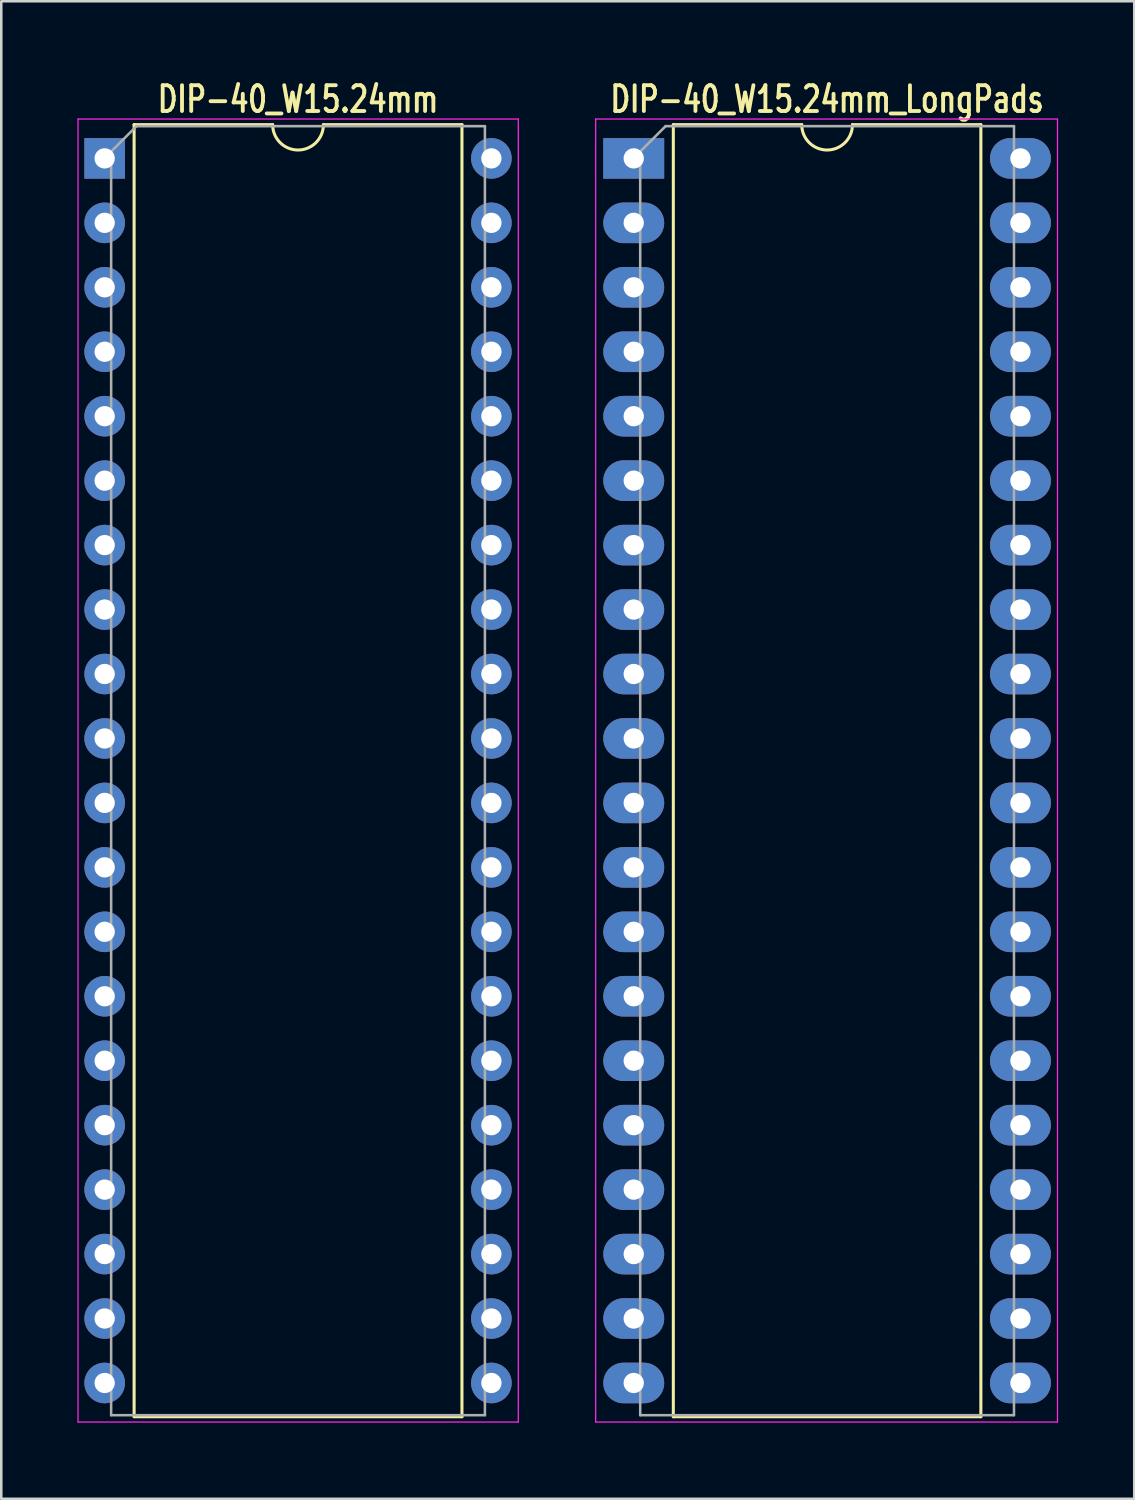
<source format=kicad_pcb>
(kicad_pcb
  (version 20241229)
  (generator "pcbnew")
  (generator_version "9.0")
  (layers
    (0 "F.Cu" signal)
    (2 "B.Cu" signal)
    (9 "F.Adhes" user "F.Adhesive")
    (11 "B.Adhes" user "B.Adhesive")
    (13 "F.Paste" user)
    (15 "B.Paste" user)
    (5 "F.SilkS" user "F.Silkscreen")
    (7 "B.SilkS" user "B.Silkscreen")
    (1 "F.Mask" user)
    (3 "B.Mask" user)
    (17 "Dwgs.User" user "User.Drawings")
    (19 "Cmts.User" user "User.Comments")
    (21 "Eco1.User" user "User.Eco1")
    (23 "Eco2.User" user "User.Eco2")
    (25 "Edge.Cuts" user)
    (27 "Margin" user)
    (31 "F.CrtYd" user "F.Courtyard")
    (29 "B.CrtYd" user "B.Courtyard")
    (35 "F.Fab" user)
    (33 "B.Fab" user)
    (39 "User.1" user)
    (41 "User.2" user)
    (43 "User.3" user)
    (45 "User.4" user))
  (footprint "DIP-40_W15.24mm_LongPads"
    (layer "F.Cu")
    (at 21.925 3.192)
    (property "Reference" "DIP-40_W15.24mm_LongPads" (at 7.62 -2.33 0) (layer "F.SilkS") (effects (font (size 1.016 0.762) (thickness 0.152))))
    (attr through_hole)
    (fp_line (start 1.56 -1.33) (end 1.56 49.59) (stroke (width 0.12) (type solid)) (layer "F.SilkS"))
    (fp_line (start 1.56 49.59) (end 13.68 49.59) (stroke (width 0.12) (type solid)) (layer "F.SilkS"))
    (fp_line (start 6.62 -1.33) (end 1.56 -1.33) (stroke (width 0.12) (type solid)) (layer "F.SilkS"))
    (fp_line (start 13.68 -1.33) (end 8.62 -1.33) (stroke (width 0.12) (type solid)) (layer "F.SilkS"))
    (fp_line (start 13.68 49.59) (end 13.68 -1.33) (stroke (width 0.12) (type solid)) (layer "F.SilkS"))
    (fp_arc (start 8.62 -1.33) (mid 7.62 -0.33) (end 6.62 -1.33) (stroke (width 0.12) (type solid)) (layer "F.SilkS"))
    (fp_line (start -1.5 -1.55) (end -1.5 49.8) (stroke (width 0.05) (type solid)) (layer "F.CrtYd"))
    (fp_line (start -1.5 49.8) (end 16.7 49.8) (stroke (width 0.05) (type solid)) (layer "F.CrtYd"))
    (fp_line (start 16.7 -1.55) (end -1.5 -1.55) (stroke (width 0.05) (type solid)) (layer "F.CrtYd"))
    (fp_line (start 16.7 49.8) (end 16.7 -1.55) (stroke (width 0.05) (type solid)) (layer "F.CrtYd"))
    (fp_line (start 0.255 -0.27) (end 1.255 -1.27) (stroke (width 0.1) (type solid)) (layer "F.Fab"))
    (fp_line (start 0.255 49.53) (end 0.255 -0.27) (stroke (width 0.1) (type solid)) (layer "F.Fab"))
    (fp_line (start 1.255 -1.27) (end 14.985 -1.27) (stroke (width 0.1) (type solid)) (layer "F.Fab"))
    (fp_line (start 14.985 -1.27) (end 14.985 49.53) (stroke (width 0.1) (type solid)) (layer "F.Fab"))
    (fp_line (start 14.985 49.53) (end 0.255 49.53) (stroke (width 0.1) (type solid)) (layer "F.Fab"))
    (pad "1" thru_hole rect (at 0 0) (size 2.4 1.6) (drill 0.8) (layers "*.Cu" "*.Mask"))
    (pad "2" thru_hole oval (at 0 2.54) (size 2.4 1.6) (drill 0.8) (layers "*.Cu" "*.Mask"))
    (pad "3" thru_hole oval (at 0 5.08) (size 2.4 1.6) (drill 0.8) (layers "*.Cu" "*.Mask"))
    (pad "4" thru_hole oval (at 0 7.62) (size 2.4 1.6) (drill 0.8) (layers "*.Cu" "*.Mask"))
    (pad "5" thru_hole oval (at 0 10.16) (size 2.4 1.6) (drill 0.8) (layers "*.Cu" "*.Mask"))
    (pad "6" thru_hole oval (at 0 12.7) (size 2.4 1.6) (drill 0.8) (layers "*.Cu" "*.Mask"))
    (pad "7" thru_hole oval (at 0 15.24) (size 2.4 1.6) (drill 0.8) (layers "*.Cu" "*.Mask"))
    (pad "8" thru_hole oval (at 0 17.78) (size 2.4 1.6) (drill 0.8) (layers "*.Cu" "*.Mask"))
    (pad "9" thru_hole oval (at 0 20.32) (size 2.4 1.6) (drill 0.8) (layers "*.Cu" "*.Mask"))
    (pad "10" thru_hole oval (at 0 22.86) (size 2.4 1.6) (drill 0.8) (layers "*.Cu" "*.Mask"))
    (pad "11" thru_hole oval (at 0 25.4) (size 2.4 1.6) (drill 0.8) (layers "*.Cu" "*.Mask"))
    (pad "12" thru_hole oval (at 0 27.94) (size 2.4 1.6) (drill 0.8) (layers "*.Cu" "*.Mask"))
    (pad "13" thru_hole oval (at 0 30.48) (size 2.4 1.6) (drill 0.8) (layers "*.Cu" "*.Mask"))
    (pad "14" thru_hole oval (at 0 33.02) (size 2.4 1.6) (drill 0.8) (layers "*.Cu" "*.Mask"))
    (pad "15" thru_hole oval (at 0 35.56) (size 2.4 1.6) (drill 0.8) (layers "*.Cu" "*.Mask"))
    (pad "16" thru_hole oval (at 0 38.1) (size 2.4 1.6) (drill 0.8) (layers "*.Cu" "*.Mask"))
    (pad "17" thru_hole oval (at 0 40.64) (size 2.4 1.6) (drill 0.8) (layers "*.Cu" "*.Mask"))
    (pad "18" thru_hole oval (at 0 43.18) (size 2.4 1.6) (drill 0.8) (layers "*.Cu" "*.Mask"))
    (pad "19" thru_hole oval (at 0 45.72) (size 2.4 1.6) (drill 0.8) (layers "*.Cu" "*.Mask"))
    (pad "20" thru_hole oval (at 0 48.26) (size 2.4 1.6) (drill 0.8) (layers "*.Cu" "*.Mask"))
    (pad "21" thru_hole oval (at 15.24 48.26) (size 2.4 1.6) (drill 0.8) (layers "*.Cu" "*.Mask"))
    (pad "22" thru_hole oval (at 15.24 45.72) (size 2.4 1.6) (drill 0.8) (layers "*.Cu" "*.Mask"))
    (pad "23" thru_hole oval (at 15.24 43.18) (size 2.4 1.6) (drill 0.8) (layers "*.Cu" "*.Mask"))
    (pad "24" thru_hole oval (at 15.24 40.64) (size 2.4 1.6) (drill 0.8) (layers "*.Cu" "*.Mask"))
    (pad "25" thru_hole oval (at 15.24 38.1) (size 2.4 1.6) (drill 0.8) (layers "*.Cu" "*.Mask"))
    (pad "26" thru_hole oval (at 15.24 35.56) (size 2.4 1.6) (drill 0.8) (layers "*.Cu" "*.Mask"))
    (pad "27" thru_hole oval (at 15.24 33.02) (size 2.4 1.6) (drill 0.8) (layers "*.Cu" "*.Mask"))
    (pad "28" thru_hole oval (at 15.24 30.48) (size 2.4 1.6) (drill 0.8) (layers "*.Cu" "*.Mask"))
    (pad "29" thru_hole oval (at 15.24 27.94) (size 2.4 1.6) (drill 0.8) (layers "*.Cu" "*.Mask"))
    (pad "30" thru_hole oval (at 15.24 25.4) (size 2.4 1.6) (drill 0.8) (layers "*.Cu" "*.Mask"))
    (pad "31" thru_hole oval (at 15.24 22.86) (size 2.4 1.6) (drill 0.8) (layers "*.Cu" "*.Mask"))
    (pad "32" thru_hole oval (at 15.24 20.32) (size 2.4 1.6) (drill 0.8) (layers "*.Cu" "*.Mask"))
    (pad "33" thru_hole oval (at 15.24 17.78) (size 2.4 1.6) (drill 0.8) (layers "*.Cu" "*.Mask"))
    (pad "34" thru_hole oval (at 15.24 15.24) (size 2.4 1.6) (drill 0.8) (layers "*.Cu" "*.Mask"))
    (pad "35" thru_hole oval (at 15.24 12.7) (size 2.4 1.6) (drill 0.8) (layers "*.Cu" "*.Mask"))
    (pad "36" thru_hole oval (at 15.24 10.16) (size 2.4 1.6) (drill 0.8) (layers "*.Cu" "*.Mask"))
    (pad "37" thru_hole oval (at 15.24 7.62) (size 2.4 1.6) (drill 0.8) (layers "*.Cu" "*.Mask"))
    (pad "38" thru_hole oval (at 15.24 5.08) (size 2.4 1.6) (drill 0.8) (layers "*.Cu" "*.Mask"))
    (pad "39" thru_hole oval (at 15.24 2.54) (size 2.4 1.6) (drill 0.8) (layers "*.Cu" "*.Mask"))
    (pad "40" thru_hole oval (at 15.24 0) (size 2.4 1.6) (drill 0.8) (layers "*.Cu" "*.Mask")))
  (footprint "DIP-40_W15.24mm"
    (layer "F.Cu")
    (at 1.075 3.192)
    (property "Reference" "DIP-40_W15.24mm" (at 7.62 -2.33 0) (layer "F.SilkS") (effects (font (size 1.016 0.762) (thickness 0.152))))
    (attr through_hole)
    (fp_line (start 1.16 -1.33) (end 1.16 49.59) (stroke (width 0.12) (type solid)) (layer "F.SilkS"))
    (fp_line (start 1.16 49.59) (end 14.08 49.59) (stroke (width 0.12) (type solid)) (layer "F.SilkS"))
    (fp_line (start 6.62 -1.33) (end 1.16 -1.33) (stroke (width 0.12) (type solid)) (layer "F.SilkS"))
    (fp_line (start 14.08 -1.33) (end 8.62 -1.33) (stroke (width 0.12) (type solid)) (layer "F.SilkS"))
    (fp_line (start 14.08 49.59) (end 14.08 -1.33) (stroke (width 0.12) (type solid)) (layer "F.SilkS"))
    (fp_arc (start 8.62 -1.33) (mid 7.62 -0.33) (end 6.62 -1.33) (stroke (width 0.12) (type solid)) (layer "F.SilkS"))
    (fp_line (start -1.05 -1.55) (end -1.05 49.8) (stroke (width 0.05) (type solid)) (layer "F.CrtYd"))
    (fp_line (start -1.05 49.8) (end 16.3 49.8) (stroke (width 0.05) (type solid)) (layer "F.CrtYd"))
    (fp_line (start 16.3 -1.55) (end -1.05 -1.55) (stroke (width 0.05) (type solid)) (layer "F.CrtYd"))
    (fp_line (start 16.3 49.8) (end 16.3 -1.55) (stroke (width 0.05) (type solid)) (layer "F.CrtYd"))
    (fp_line (start 0.255 -0.27) (end 1.255 -1.27) (stroke (width 0.1) (type solid)) (layer "F.Fab"))
    (fp_line (start 0.255 49.53) (end 0.255 -0.27) (stroke (width 0.1) (type solid)) (layer "F.Fab"))
    (fp_line (start 1.255 -1.27) (end 14.985 -1.27) (stroke (width 0.1) (type solid)) (layer "F.Fab"))
    (fp_line (start 14.985 -1.27) (end 14.985 49.53) (stroke (width 0.1) (type solid)) (layer "F.Fab"))
    (fp_line (start 14.985 49.53) (end 0.255 49.53) (stroke (width 0.1) (type solid)) (layer "F.Fab"))
    (pad "1" thru_hole rect (at 0 0) (size 1.6 1.6) (drill 0.8) (layers "*.Cu" "*.Mask"))
    (pad "2" thru_hole oval (at 0 2.54) (size 1.6 1.6) (drill 0.8) (layers "*.Cu" "*.Mask"))
    (pad "3" thru_hole oval (at 0 5.08) (size 1.6 1.6) (drill 0.8) (layers "*.Cu" "*.Mask"))
    (pad "4" thru_hole oval (at 0 7.62) (size 1.6 1.6) (drill 0.8) (layers "*.Cu" "*.Mask"))
    (pad "5" thru_hole oval (at 0 10.16) (size 1.6 1.6) (drill 0.8) (layers "*.Cu" "*.Mask"))
    (pad "6" thru_hole oval (at 0 12.7) (size 1.6 1.6) (drill 0.8) (layers "*.Cu" "*.Mask"))
    (pad "7" thru_hole oval (at 0 15.24) (size 1.6 1.6) (drill 0.8) (layers "*.Cu" "*.Mask"))
    (pad "8" thru_hole oval (at 0 17.78) (size 1.6 1.6) (drill 0.8) (layers "*.Cu" "*.Mask"))
    (pad "9" thru_hole oval (at 0 20.32) (size 1.6 1.6) (drill 0.8) (layers "*.Cu" "*.Mask"))
    (pad "10" thru_hole oval (at 0 22.86) (size 1.6 1.6) (drill 0.8) (layers "*.Cu" "*.Mask"))
    (pad "11" thru_hole oval (at 0 25.4) (size 1.6 1.6) (drill 0.8) (layers "*.Cu" "*.Mask"))
    (pad "12" thru_hole oval (at 0 27.94) (size 1.6 1.6) (drill 0.8) (layers "*.Cu" "*.Mask"))
    (pad "13" thru_hole oval (at 0 30.48) (size 1.6 1.6) (drill 0.8) (layers "*.Cu" "*.Mask"))
    (pad "14" thru_hole oval (at 0 33.02) (size 1.6 1.6) (drill 0.8) (layers "*.Cu" "*.Mask"))
    (pad "15" thru_hole oval (at 0 35.56) (size 1.6 1.6) (drill 0.8) (layers "*.Cu" "*.Mask"))
    (pad "16" thru_hole oval (at 0 38.1) (size 1.6 1.6) (drill 0.8) (layers "*.Cu" "*.Mask"))
    (pad "17" thru_hole oval (at 0 40.64) (size 1.6 1.6) (drill 0.8) (layers "*.Cu" "*.Mask"))
    (pad "18" thru_hole oval (at 0 43.18) (size 1.6 1.6) (drill 0.8) (layers "*.Cu" "*.Mask"))
    (pad "19" thru_hole oval (at 0 45.72) (size 1.6 1.6) (drill 0.8) (layers "*.Cu" "*.Mask"))
    (pad "20" thru_hole oval (at 0 48.26) (size 1.6 1.6) (drill 0.8) (layers "*.Cu" "*.Mask"))
    (pad "21" thru_hole oval (at 15.24 48.26) (size 1.6 1.6) (drill 0.8) (layers "*.Cu" "*.Mask"))
    (pad "22" thru_hole oval (at 15.24 45.72) (size 1.6 1.6) (drill 0.8) (layers "*.Cu" "*.Mask"))
    (pad "23" thru_hole oval (at 15.24 43.18) (size 1.6 1.6) (drill 0.8) (layers "*.Cu" "*.Mask"))
    (pad "24" thru_hole oval (at 15.24 40.64) (size 1.6 1.6) (drill 0.8) (layers "*.Cu" "*.Mask"))
    (pad "25" thru_hole oval (at 15.24 38.1) (size 1.6 1.6) (drill 0.8) (layers "*.Cu" "*.Mask"))
    (pad "26" thru_hole oval (at 15.24 35.56) (size 1.6 1.6) (drill 0.8) (layers "*.Cu" "*.Mask"))
    (pad "27" thru_hole oval (at 15.24 33.02) (size 1.6 1.6) (drill 0.8) (layers "*.Cu" "*.Mask"))
    (pad "28" thru_hole oval (at 15.24 30.48) (size 1.6 1.6) (drill 0.8) (layers "*.Cu" "*.Mask"))
    (pad "29" thru_hole oval (at 15.24 27.94) (size 1.6 1.6) (drill 0.8) (layers "*.Cu" "*.Mask"))
    (pad "30" thru_hole oval (at 15.24 25.4) (size 1.6 1.6) (drill 0.8) (layers "*.Cu" "*.Mask"))
    (pad "31" thru_hole oval (at 15.24 22.86) (size 1.6 1.6) (drill 0.8) (layers "*.Cu" "*.Mask"))
    (pad "32" thru_hole oval (at 15.24 20.32) (size 1.6 1.6) (drill 0.8) (layers "*.Cu" "*.Mask"))
    (pad "33" thru_hole oval (at 15.24 17.78) (size 1.6 1.6) (drill 0.8) (layers "*.Cu" "*.Mask"))
    (pad "34" thru_hole oval (at 15.24 15.24) (size 1.6 1.6) (drill 0.8) (layers "*.Cu" "*.Mask"))
    (pad "35" thru_hole oval (at 15.24 12.7) (size 1.6 1.6) (drill 0.8) (layers "*.Cu" "*.Mask"))
    (pad "36" thru_hole oval (at 15.24 10.16) (size 1.6 1.6) (drill 0.8) (layers "*.Cu" "*.Mask"))
    (pad "37" thru_hole oval (at 15.24 7.62) (size 1.6 1.6) (drill 0.8) (layers "*.Cu" "*.Mask"))
    (pad "38" thru_hole oval (at 15.24 5.08) (size 1.6 1.6) (drill 0.8) (layers "*.Cu" "*.Mask"))
    (pad "39" thru_hole oval (at 15.24 2.54) (size 1.6 1.6) (drill 0.8) (layers "*.Cu" "*.Mask"))
    (pad "40" thru_hole oval (at 15.24 0) (size 1.6 1.6) (drill 0.8) (layers "*.Cu" "*.Mask")))
  (gr_rect
    (start -3 -3)
    (end 41.65 56.017)
    (stroke (width 0.1) (type default))
    (fill no)
    (layer "Edge.Cuts")))
</source>
